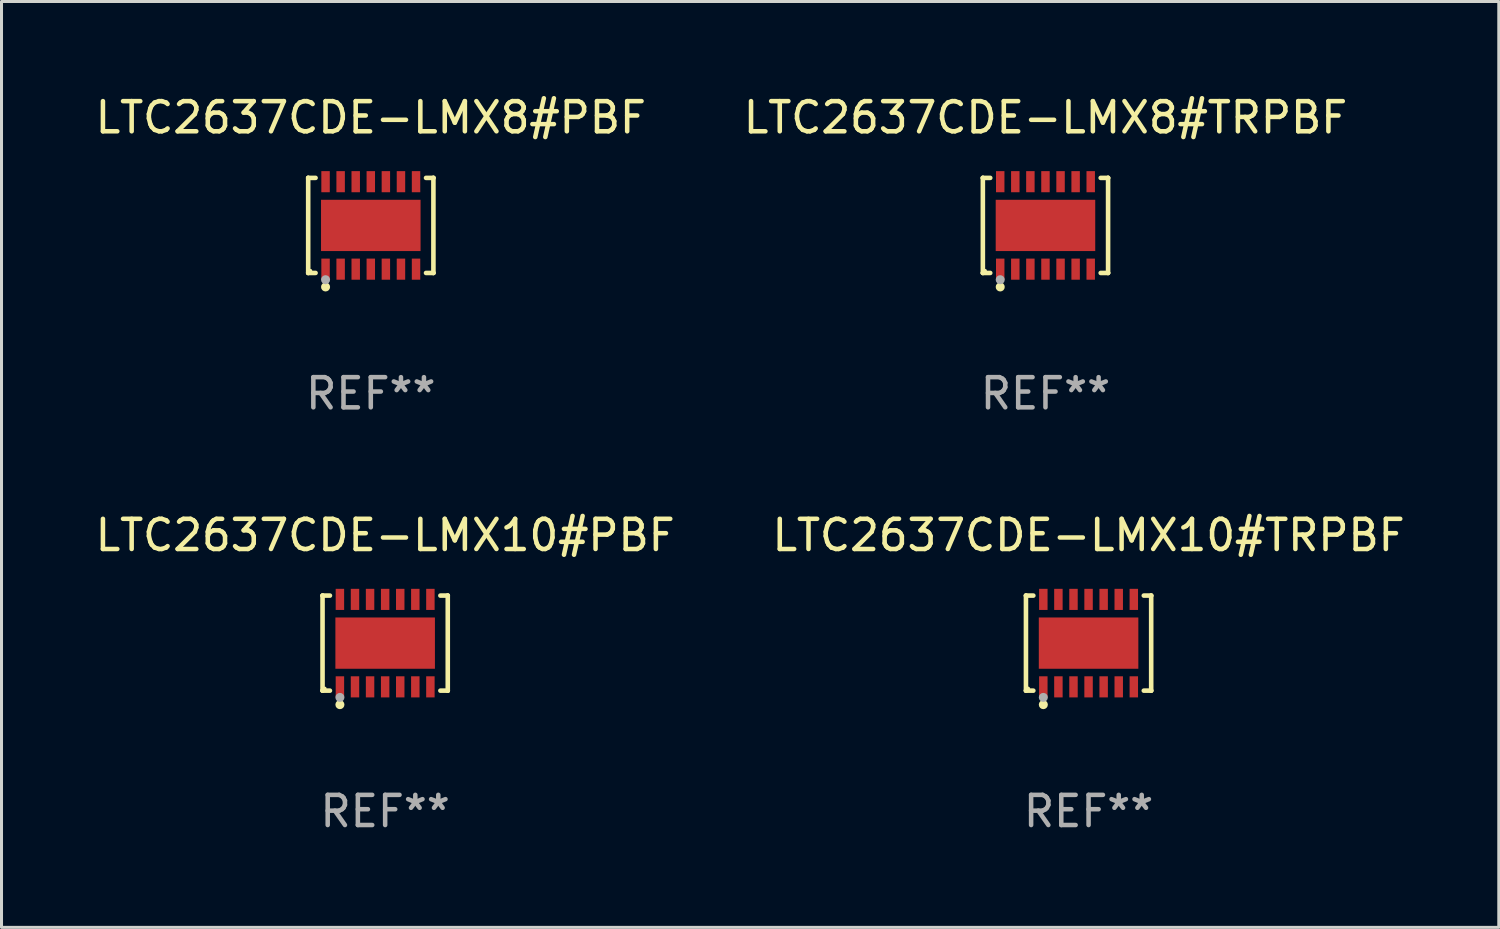
<source format=kicad_pcb>
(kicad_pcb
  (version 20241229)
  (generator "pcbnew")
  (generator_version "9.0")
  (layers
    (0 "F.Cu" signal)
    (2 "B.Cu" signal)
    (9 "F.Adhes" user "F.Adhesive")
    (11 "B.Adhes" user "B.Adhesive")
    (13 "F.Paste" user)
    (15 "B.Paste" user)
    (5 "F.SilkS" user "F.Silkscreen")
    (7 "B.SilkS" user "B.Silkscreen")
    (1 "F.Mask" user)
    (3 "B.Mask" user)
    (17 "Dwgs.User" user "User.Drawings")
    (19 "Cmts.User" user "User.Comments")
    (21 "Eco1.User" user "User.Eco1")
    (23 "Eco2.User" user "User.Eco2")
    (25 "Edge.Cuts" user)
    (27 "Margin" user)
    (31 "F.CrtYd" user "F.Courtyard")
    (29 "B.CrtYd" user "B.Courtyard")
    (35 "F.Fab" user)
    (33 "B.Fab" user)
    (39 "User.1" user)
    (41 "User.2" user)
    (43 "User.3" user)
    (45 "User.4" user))
  (footprint "LTC2637CDE-LMX8#TRPBF"
    (layer "F.Cu")
    (at 31.613 4.424)
    (property "Reference" "LTC2637CDE-LMX8#TRPBF" (at 0 -3.576 0) (layer "F.SilkS") (effects (font (size 1 1) (thickness 0.15))))
    (attr through_hole)
    (fp_line (start -2.076 -1.576) (end -2.076 -1.576) (stroke (width 0.152) (type solid)) (layer "F.SilkS"))
    (fp_line (start -2.076 -1.576) (end -1.831 -1.576) (stroke (width 0.152) (type solid)) (layer "F.SilkS"))
    (fp_line (start -2.076 1.576) (end -2.076 -1.576) (stroke (width 0.152) (type solid)) (layer "F.SilkS"))
    (fp_line (start -2.076 1.576) (end -2.076 1.576) (stroke (width 0.152) (type solid)) (layer "F.SilkS"))
    (fp_line (start -1.831 1.576) (end -2.076 1.576) (stroke (width 0.152) (type solid)) (layer "F.SilkS"))
    (fp_line (start 1.831 1.576) (end 2.076 1.576) (stroke (width 0.152) (type solid)) (layer "F.SilkS"))
    (fp_line (start 2.076 -1.576) (end 1.831 -1.576) (stroke (width 0.152) (type solid)) (layer "F.SilkS"))
    (fp_line (start 2.076 -1.576) (end 2.076 -1.576) (stroke (width 0.152) (type solid)) (layer "F.SilkS"))
    (fp_line (start 2.076 1.576) (end 2.076 -1.576) (stroke (width 0.152) (type solid)) (layer "F.SilkS"))
    (fp_line (start 2.076 1.576) (end 2.076 1.576) (stroke (width 0.152) (type solid)) (layer "F.SilkS"))
    (fp_circle (center -2 1.5) (end -1.97 1.5) (stroke (width 0.06) (type solid)) (fill no) (layer "F.SilkS"))
    (fp_circle (center -1.5 2.04) (end -1.425 2.04) (stroke (width 0.15) (type solid)) (fill no) (layer "F.SilkS"))
    (fp_circle (center -1.5 1.8) (end -1.425 1.8) (stroke (width 0.15) (type solid)) (fill no) (layer "F.Fab"))
    (fp_text user "REF**" (at 0 5.576 0) (layer "F.Fab") (effects (font (size 1 1) (thickness 0.15))))
    (pad "1" smd rect (at -1.5 1.45) (size 0.28 0.7) (layers "F.Cu" "F.Mask" "F.Paste"))
    (pad "2" smd rect (at -1 1.45) (size 0.28 0.7) (layers "F.Cu" "F.Mask" "F.Paste"))
    (pad "3" smd rect (at -0.5 1.45) (size 0.28 0.7) (layers "F.Cu" "F.Mask" "F.Paste"))
    (pad "4" smd rect (at 0 1.45) (size 0.28 0.7) (layers "F.Cu" "F.Mask" "F.Paste"))
    (pad "5" smd rect (at 0.5 1.45) (size 0.28 0.7) (layers "F.Cu" "F.Mask" "F.Paste"))
    (pad "6" smd rect (at 1 1.45) (size 0.28 0.7) (layers "F.Cu" "F.Mask" "F.Paste"))
    (pad "7" smd rect (at 1.5 1.45) (size 0.28 0.7) (layers "F.Cu" "F.Mask" "F.Paste"))
    (pad "8" smd rect (at 1.5 -1.45) (size 0.28 0.7) (layers "F.Cu" "F.Mask" "F.Paste"))
    (pad "9" smd rect (at 1 -1.45) (size 0.28 0.7) (layers "F.Cu" "F.Mask" "F.Paste"))
    (pad "10" smd rect (at 0.5 -1.45) (size 0.28 0.7) (layers "F.Cu" "F.Mask" "F.Paste"))
    (pad "11" smd rect (at 0 -1.45) (size 0.28 0.7) (layers "F.Cu" "F.Mask" "F.Paste"))
    (pad "12" smd rect (at -0.5 -1.45) (size 0.28 0.7) (layers "F.Cu" "F.Mask" "F.Paste"))
    (pad "13" smd rect (at -1 -1.45) (size 0.28 0.7) (layers "F.Cu" "F.Mask" "F.Paste"))
    (pad "14" smd rect (at -1.5 -1.45) (size 0.28 0.7) (layers "F.Cu" "F.Mask" "F.Paste"))
    (pad "15" smd rect (at 0 0) (size 3.3 1.7) (layers "F.Cu" "F.Mask" "F.Paste")))
  (footprint "LTC2637CDE-LMX8#PBF"
    (layer "F.Cu")
    (at 9.244 4.424)
    (property "Reference" "LTC2637CDE-LMX8#PBF" (at 0 -3.576 0) (layer "F.SilkS") (effects (font (size 1 1) (thickness 0.15))))
    (attr through_hole)
    (fp_line (start -2.076 -1.576) (end -2.076 -1.576) (stroke (width 0.152) (type solid)) (layer "F.SilkS"))
    (fp_line (start -2.076 -1.576) (end -1.831 -1.576) (stroke (width 0.152) (type solid)) (layer "F.SilkS"))
    (fp_line (start -2.076 1.576) (end -2.076 -1.576) (stroke (width 0.152) (type solid)) (layer "F.SilkS"))
    (fp_line (start -2.076 1.576) (end -2.076 1.576) (stroke (width 0.152) (type solid)) (layer "F.SilkS"))
    (fp_line (start -1.831 1.576) (end -2.076 1.576) (stroke (width 0.152) (type solid)) (layer "F.SilkS"))
    (fp_line (start 1.831 1.576) (end 2.076 1.576) (stroke (width 0.152) (type solid)) (layer "F.SilkS"))
    (fp_line (start 2.076 -1.576) (end 1.831 -1.576) (stroke (width 0.152) (type solid)) (layer "F.SilkS"))
    (fp_line (start 2.076 -1.576) (end 2.076 -1.576) (stroke (width 0.152) (type solid)) (layer "F.SilkS"))
    (fp_line (start 2.076 1.576) (end 2.076 -1.576) (stroke (width 0.152) (type solid)) (layer "F.SilkS"))
    (fp_line (start 2.076 1.576) (end 2.076 1.576) (stroke (width 0.152) (type solid)) (layer "F.SilkS"))
    (fp_circle (center -2 1.5) (end -1.97 1.5) (stroke (width 0.06) (type solid)) (fill no) (layer "F.SilkS"))
    (fp_circle (center -1.5 2.04) (end -1.425 2.04) (stroke (width 0.15) (type solid)) (fill no) (layer "F.SilkS"))
    (fp_circle (center -1.5 1.8) (end -1.425 1.8) (stroke (width 0.15) (type solid)) (fill no) (layer "F.Fab"))
    (fp_text user "REF**" (at 0 5.576 0) (layer "F.Fab") (effects (font (size 1 1) (thickness 0.15))))
    (pad "1" smd rect (at -1.5 1.45) (size 0.28 0.7) (layers "F.Cu" "F.Mask" "F.Paste"))
    (pad "2" smd rect (at -1 1.45) (size 0.28 0.7) (layers "F.Cu" "F.Mask" "F.Paste"))
    (pad "3" smd rect (at -0.5 1.45) (size 0.28 0.7) (layers "F.Cu" "F.Mask" "F.Paste"))
    (pad "4" smd rect (at 0 1.45) (size 0.28 0.7) (layers "F.Cu" "F.Mask" "F.Paste"))
    (pad "5" smd rect (at 0.5 1.45) (size 0.28 0.7) (layers "F.Cu" "F.Mask" "F.Paste"))
    (pad "6" smd rect (at 1 1.45) (size 0.28 0.7) (layers "F.Cu" "F.Mask" "F.Paste"))
    (pad "7" smd rect (at 1.5 1.45) (size 0.28 0.7) (layers "F.Cu" "F.Mask" "F.Paste"))
    (pad "8" smd rect (at 1.5 -1.45) (size 0.28 0.7) (layers "F.Cu" "F.Mask" "F.Paste"))
    (pad "9" smd rect (at 1 -1.45) (size 0.28 0.7) (layers "F.Cu" "F.Mask" "F.Paste"))
    (pad "10" smd rect (at 0.5 -1.45) (size 0.28 0.7) (layers "F.Cu" "F.Mask" "F.Paste"))
    (pad "11" smd rect (at 0 -1.45) (size 0.28 0.7) (layers "F.Cu" "F.Mask" "F.Paste"))
    (pad "12" smd rect (at -0.5 -1.45) (size 0.28 0.7) (layers "F.Cu" "F.Mask" "F.Paste"))
    (pad "13" smd rect (at -1 -1.45) (size 0.28 0.7) (layers "F.Cu" "F.Mask" "F.Paste"))
    (pad "14" smd rect (at -1.5 -1.45) (size 0.28 0.7) (layers "F.Cu" "F.Mask" "F.Paste"))
    (pad "15" smd rect (at 0 0) (size 3.3 1.7) (layers "F.Cu" "F.Mask" "F.Paste")))
  (footprint "LTC2637CDE-LMX10#PBF"
    (layer "F.Cu")
    (at 9.72 18.273)
    (property "Reference" "LTC2637CDE-LMX10#PBF" (at 0 -3.576 0) (layer "F.SilkS") (effects (font (size 1 1) (thickness 0.15))))
    (attr through_hole)
    (fp_line (start -2.076 -1.576) (end -2.076 -1.576) (stroke (width 0.152) (type solid)) (layer "F.SilkS"))
    (fp_line (start -2.076 -1.576) (end -1.831 -1.576) (stroke (width 0.152) (type solid)) (layer "F.SilkS"))
    (fp_line (start -2.076 1.576) (end -2.076 -1.576) (stroke (width 0.152) (type solid)) (layer "F.SilkS"))
    (fp_line (start -2.076 1.576) (end -2.076 1.576) (stroke (width 0.152) (type solid)) (layer "F.SilkS"))
    (fp_line (start -1.831 1.576) (end -2.076 1.576) (stroke (width 0.152) (type solid)) (layer "F.SilkS"))
    (fp_line (start 1.831 1.576) (end 2.076 1.576) (stroke (width 0.152) (type solid)) (layer "F.SilkS"))
    (fp_line (start 2.076 -1.576) (end 1.831 -1.576) (stroke (width 0.152) (type solid)) (layer "F.SilkS"))
    (fp_line (start 2.076 -1.576) (end 2.076 -1.576) (stroke (width 0.152) (type solid)) (layer "F.SilkS"))
    (fp_line (start 2.076 1.576) (end 2.076 -1.576) (stroke (width 0.152) (type solid)) (layer "F.SilkS"))
    (fp_line (start 2.076 1.576) (end 2.076 1.576) (stroke (width 0.152) (type solid)) (layer "F.SilkS"))
    (fp_circle (center -2 1.5) (end -1.97 1.5) (stroke (width 0.06) (type solid)) (fill no) (layer "F.SilkS"))
    (fp_circle (center -1.5 2.04) (end -1.425 2.04) (stroke (width 0.15) (type solid)) (fill no) (layer "F.SilkS"))
    (fp_circle (center -1.5 1.8) (end -1.425 1.8) (stroke (width 0.15) (type solid)) (fill no) (layer "F.Fab"))
    (fp_text user "REF**" (at 0 5.576 0) (layer "F.Fab") (effects (font (size 1 1) (thickness 0.15))))
    (pad "1" smd rect (at -1.5 1.45) (size 0.28 0.7) (layers "F.Cu" "F.Mask" "F.Paste"))
    (pad "2" smd rect (at -1 1.45) (size 0.28 0.7) (layers "F.Cu" "F.Mask" "F.Paste"))
    (pad "3" smd rect (at -0.5 1.45) (size 0.28 0.7) (layers "F.Cu" "F.Mask" "F.Paste"))
    (pad "4" smd rect (at 0 1.45) (size 0.28 0.7) (layers "F.Cu" "F.Mask" "F.Paste"))
    (pad "5" smd rect (at 0.5 1.45) (size 0.28 0.7) (layers "F.Cu" "F.Mask" "F.Paste"))
    (pad "6" smd rect (at 1 1.45) (size 0.28 0.7) (layers "F.Cu" "F.Mask" "F.Paste"))
    (pad "7" smd rect (at 1.5 1.45) (size 0.28 0.7) (layers "F.Cu" "F.Mask" "F.Paste"))
    (pad "8" smd rect (at 1.5 -1.45) (size 0.28 0.7) (layers "F.Cu" "F.Mask" "F.Paste"))
    (pad "9" smd rect (at 1 -1.45) (size 0.28 0.7) (layers "F.Cu" "F.Mask" "F.Paste"))
    (pad "10" smd rect (at 0.5 -1.45) (size 0.28 0.7) (layers "F.Cu" "F.Mask" "F.Paste"))
    (pad "11" smd rect (at 0 -1.45) (size 0.28 0.7) (layers "F.Cu" "F.Mask" "F.Paste"))
    (pad "12" smd rect (at -0.5 -1.45) (size 0.28 0.7) (layers "F.Cu" "F.Mask" "F.Paste"))
    (pad "13" smd rect (at -1 -1.45) (size 0.28 0.7) (layers "F.Cu" "F.Mask" "F.Paste"))
    (pad "14" smd rect (at -1.5 -1.45) (size 0.28 0.7) (layers "F.Cu" "F.Mask" "F.Paste"))
    (pad "15" smd rect (at 0 0) (size 3.3 1.7) (layers "F.Cu" "F.Mask" "F.Paste")))
  (footprint "LTC2637CDE-LMX10#TRPBF"
    (layer "F.Cu")
    (at 33.042 18.273)
    (property "Reference" "LTC2637CDE-LMX10#TRPBF" (at 0 -3.576 0) (layer "F.SilkS") (effects (font (size 1 1) (thickness 0.15))))
    (attr through_hole)
    (fp_line (start -2.076 -1.576) (end -2.076 -1.576) (stroke (width 0.152) (type solid)) (layer "F.SilkS"))
    (fp_line (start -2.076 -1.576) (end -1.831 -1.576) (stroke (width 0.152) (type solid)) (layer "F.SilkS"))
    (fp_line (start -2.076 1.576) (end -2.076 -1.576) (stroke (width 0.152) (type solid)) (layer "F.SilkS"))
    (fp_line (start -2.076 1.576) (end -2.076 1.576) (stroke (width 0.152) (type solid)) (layer "F.SilkS"))
    (fp_line (start -1.831 1.576) (end -2.076 1.576) (stroke (width 0.152) (type solid)) (layer "F.SilkS"))
    (fp_line (start 1.831 1.576) (end 2.076 1.576) (stroke (width 0.152) (type solid)) (layer "F.SilkS"))
    (fp_line (start 2.076 -1.576) (end 1.831 -1.576) (stroke (width 0.152) (type solid)) (layer "F.SilkS"))
    (fp_line (start 2.076 -1.576) (end 2.076 -1.576) (stroke (width 0.152) (type solid)) (layer "F.SilkS"))
    (fp_line (start 2.076 1.576) (end 2.076 -1.576) (stroke (width 0.152) (type solid)) (layer "F.SilkS"))
    (fp_line (start 2.076 1.576) (end 2.076 1.576) (stroke (width 0.152) (type solid)) (layer "F.SilkS"))
    (fp_circle (center -2 1.5) (end -1.97 1.5) (stroke (width 0.06) (type solid)) (fill no) (layer "F.SilkS"))
    (fp_circle (center -1.5 2.04) (end -1.425 2.04) (stroke (width 0.15) (type solid)) (fill no) (layer "F.SilkS"))
    (fp_circle (center -1.5 1.8) (end -1.425 1.8) (stroke (width 0.15) (type solid)) (fill no) (layer "F.Fab"))
    (fp_text user "REF**" (at 0 5.576 0) (layer "F.Fab") (effects (font (size 1 1) (thickness 0.15))))
    (pad "1" smd rect (at -1.5 1.45) (size 0.28 0.7) (layers "F.Cu" "F.Mask" "F.Paste"))
    (pad "2" smd rect (at -1 1.45) (size 0.28 0.7) (layers "F.Cu" "F.Mask" "F.Paste"))
    (pad "3" smd rect (at -0.5 1.45) (size 0.28 0.7) (layers "F.Cu" "F.Mask" "F.Paste"))
    (pad "4" smd rect (at 0 1.45) (size 0.28 0.7) (layers "F.Cu" "F.Mask" "F.Paste"))
    (pad "5" smd rect (at 0.5 1.45) (size 0.28 0.7) (layers "F.Cu" "F.Mask" "F.Paste"))
    (pad "6" smd rect (at 1 1.45) (size 0.28 0.7) (layers "F.Cu" "F.Mask" "F.Paste"))
    (pad "7" smd rect (at 1.5 1.45) (size 0.28 0.7) (layers "F.Cu" "F.Mask" "F.Paste"))
    (pad "8" smd rect (at 1.5 -1.45) (size 0.28 0.7) (layers "F.Cu" "F.Mask" "F.Paste"))
    (pad "9" smd rect (at 1 -1.45) (size 0.28 0.7) (layers "F.Cu" "F.Mask" "F.Paste"))
    (pad "10" smd rect (at 0.5 -1.45) (size 0.28 0.7) (layers "F.Cu" "F.Mask" "F.Paste"))
    (pad "11" smd rect (at 0 -1.45) (size 0.28 0.7) (layers "F.Cu" "F.Mask" "F.Paste"))
    (pad "12" smd rect (at -0.5 -1.45) (size 0.28 0.7) (layers "F.Cu" "F.Mask" "F.Paste"))
    (pad "13" smd rect (at -1 -1.45) (size 0.28 0.7) (layers "F.Cu" "F.Mask" "F.Paste"))
    (pad "14" smd rect (at -1.5 -1.45) (size 0.28 0.7) (layers "F.Cu" "F.Mask" "F.Paste"))
    (pad "15" smd rect (at 0 0) (size 3.3 1.7) (layers "F.Cu" "F.Mask" "F.Paste")))
  (gr_rect
    (start -3 -3)
    (end 46.643 27.698)
    (stroke (width 0.1) (type default))
    (fill no)
    (layer "Edge.Cuts")))
</source>
